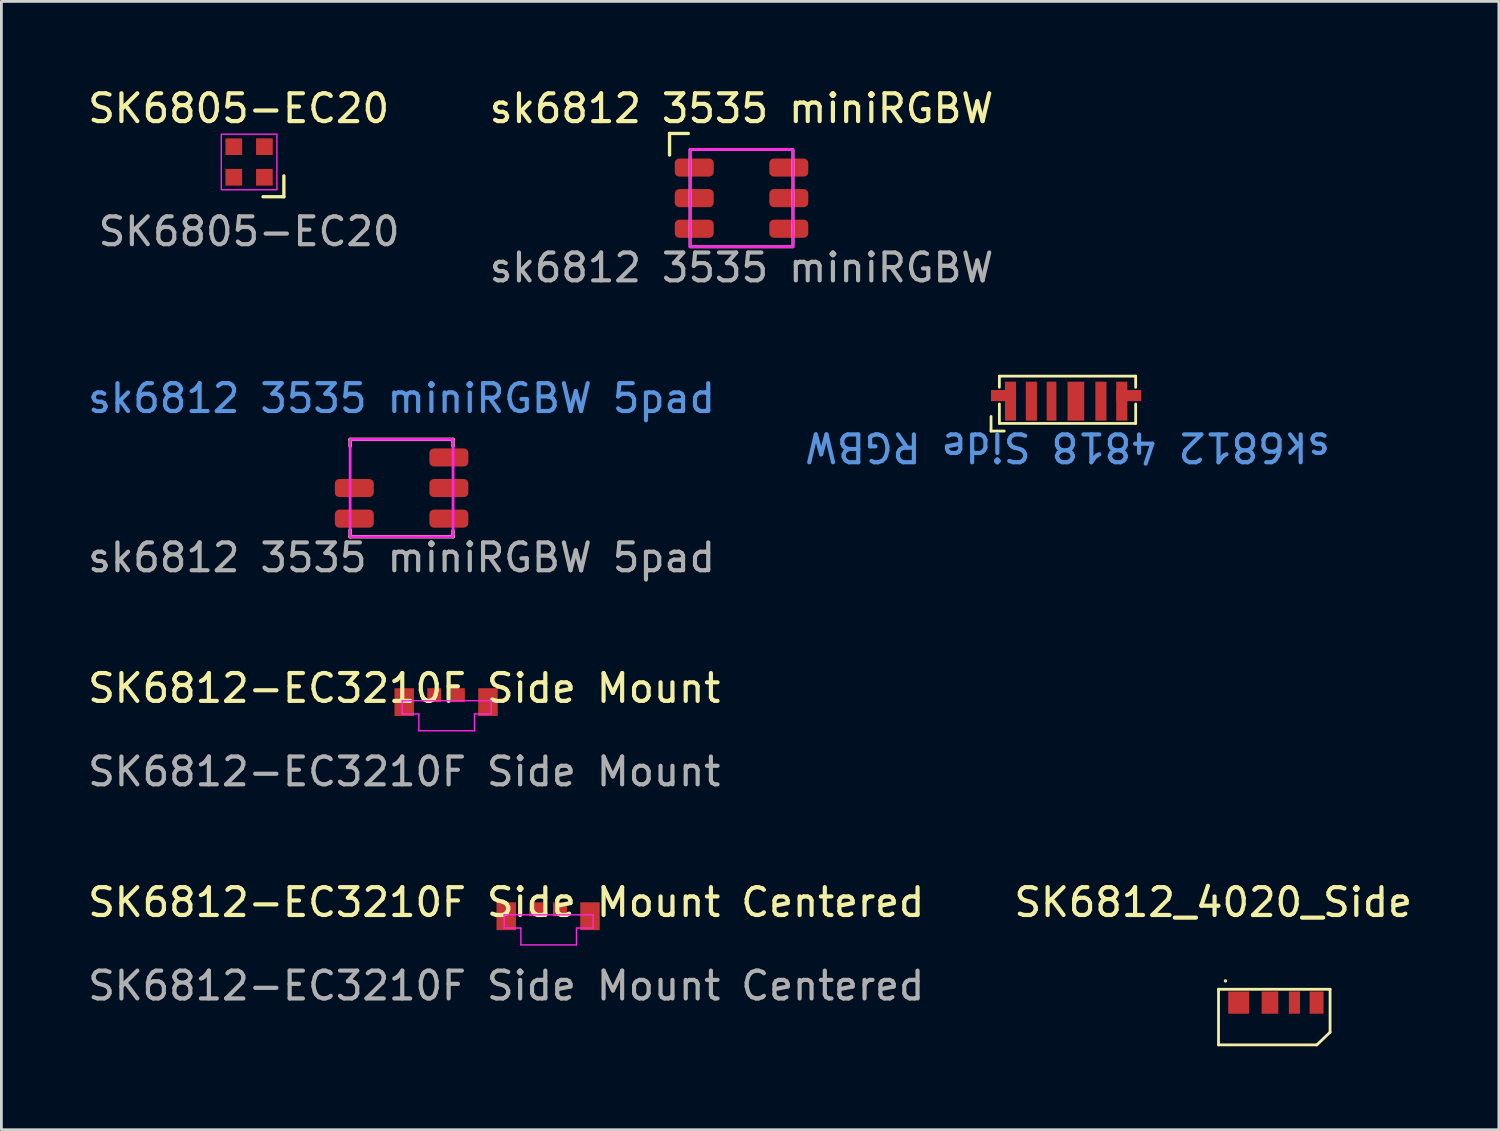
<source format=kicad_pcb>
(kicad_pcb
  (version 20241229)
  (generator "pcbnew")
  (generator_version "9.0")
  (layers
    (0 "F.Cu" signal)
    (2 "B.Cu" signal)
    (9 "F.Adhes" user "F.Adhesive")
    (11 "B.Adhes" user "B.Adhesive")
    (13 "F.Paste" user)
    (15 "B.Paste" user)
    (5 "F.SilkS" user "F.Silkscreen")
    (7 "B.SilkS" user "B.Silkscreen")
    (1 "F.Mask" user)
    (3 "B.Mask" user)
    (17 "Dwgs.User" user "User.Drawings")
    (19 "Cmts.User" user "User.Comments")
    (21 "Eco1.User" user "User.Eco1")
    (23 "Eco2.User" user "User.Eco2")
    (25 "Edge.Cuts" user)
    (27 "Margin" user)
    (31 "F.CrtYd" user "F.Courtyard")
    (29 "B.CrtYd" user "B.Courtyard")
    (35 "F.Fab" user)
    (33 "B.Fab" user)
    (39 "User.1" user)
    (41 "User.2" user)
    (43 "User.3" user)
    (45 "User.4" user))
  (footprint "sk6812 4818 Side RGBW"
    (layer "F.Cu")
    (at 35.327 12.072)
    (property "Reference" "sk6812 4818 Side RGBW" (at 0 0.95 180) (unlocked yes) (layer "Cmts.User") (effects (font (size 1 1) (thickness 0.15))))
    (attr smd)
    (fp_line (start -2.75 -0.15) (end -2.75 0.375) (stroke (width 0.1) (type solid)) (layer "F.SilkS"))
    (fp_line (start -2.75 0.375) (end -2.275 0.375) (stroke (width 0.1) (type solid)) (layer "F.SilkS"))
    (fp_line (start -2.45 -1.6) (end -2.45 -1.2) (stroke (width 0.1) (type solid)) (layer "F.SilkS"))
    (fp_line (start -2.45 -1.6) (end 2.45 -1.6) (stroke (width 0.1) (type solid)) (layer "F.SilkS"))
    (fp_line (start -2.45 0.1) (end -2.45 -0.6) (stroke (width 0.1) (type solid)) (layer "F.SilkS"))
    (fp_line (start 2.45 -1.6) (end 2.45 -1.2) (stroke (width 0.1) (type solid)) (layer "F.SilkS"))
    (fp_line (start 2.45 -0.6) (end 2.45 0.1) (stroke (width 0.1) (type solid)) (layer "F.SilkS"))
    (fp_line (start 2.45 0.1) (end -2.45 0.1) (stroke (width 0.1) (type solid)) (layer "F.SilkS"))
    (fp_line (start -0.5 0.95) (end 0 0.35) (stroke (width 0.12) (type solid)) (layer "User.1"))
    (fp_line (start 0.5 0.95) (end 0 0.35) (stroke (width 0.12) (type solid)) (layer "User.1"))
    (pad "1" smd rect (at -2.3 -0.9) (size 0.9 0.4) (layers "F.Cu" "F.Mask" "F.Paste"))
    (pad "1" smd rect (at -2.05 -0.7) (size 0.4 1.4) (layers "F.Cu" "F.Mask" "F.Paste"))
    (pad "2" smd rect (at -1.3 -0.7) (size 0.4 1.4) (layers "F.Cu" "F.Mask" "F.Paste"))
    (pad "3" smd rect (at -0.575 -0.7) (size 0.35 1.4) (layers "F.Cu" "F.Mask" "F.Paste"))
    (pad "4" smd rect (at 0.3 -0.7) (size 0.6 1.4) (layers "F.Cu" "F.Mask" "F.Paste"))
    (pad "5" smd rect (at 1.2 -0.7) (size 0.4 1.4) (layers "F.Cu" "F.Mask" "F.Paste"))
    (pad "6" smd rect (at 1.95 -0.7) (size 0.4 1.4) (layers "F.Cu" "F.Mask" "F.Paste"))
    (pad "6" smd rect (at 2.2 -0.9) (size 0.9 0.4) (layers "F.Cu" "F.Mask" "F.Paste")))
  (footprint "sk6812 3535 miniRGBW"
    (layer "F.Cu")
    (at 23.607 4.073)
    (property "Reference" "sk6812 3535 miniRGBW" (at 0 -3.225 0) (unlocked yes) (layer "F.SilkS") (effects (font (size 1 1) (thickness 0.15))))
    (attr smd)
    (fp_line (start -2.587 -2.325) (end -1.913 -2.325) (stroke (width 0.12) (type solid)) (layer "F.SilkS"))
    (fp_line (start -2.587 -1.55) (end -2.587 -2.325) (stroke (width 0.12) (type solid)) (layer "F.SilkS"))
    (fp_rect (start -1.85 -1.75) (end 1.85 1.75) (stroke (width 0.1) (type solid)) (fill no) (layer "F.SilkS"))
    (fp_rect (start -1.85 -1.75) (end 1.85 1.75) (stroke (width 0.1) (type solid)) (fill no) (layer "F.CrtYd"))
    (fp_text user "${REFERENCE}" (at 0 2.5 0) (unlocked yes) (layer "F.Fab") (effects (font (size 1 1) (thickness 0.15))))
    (pad "1" smd roundrect (at -1.7 -1.1) (size 1.4 0.65) (layers "F.Cu" "F.Mask" "F.Paste") (roundrect_rratio 0.25))
    (pad "2" smd roundrect (at -1.7 0) (size 1.4 0.65) (layers "F.Cu" "F.Mask" "F.Paste") (roundrect_rratio 0.25))
    (pad "3" smd roundrect (at -1.7 1.1) (size 1.4 0.65) (layers "F.Cu" "F.Mask" "F.Paste") (roundrect_rratio 0.25))
    (pad "4" smd roundrect (at 1.7 1.1) (size 1.4 0.65) (layers "F.Cu" "F.Mask" "F.Paste") (roundrect_rratio 0.25))
    (pad "5" smd roundrect (at 1.7 0) (size 1.4 0.65) (layers "F.Cu" "F.Mask" "F.Paste") (roundrect_rratio 0.25))
    (pad "6" smd roundrect (at 1.7 -1.1) (size 1.4 0.65) (layers "F.Cu" "F.Mask" "F.Paste") (roundrect_rratio 0.25)))
  (footprint "SK6812_4020_Side"
    (layer "F.Cu")
    (at 42.915 31.813)
    (property "Reference" "SK6812_4020_Side" (at -2.35 -2.425 0) (layer "F.SilkS") (effects (font (size 1 1) (thickness 0.15))))
    (attr through_hole)
    (fp_line (start -2.16 0.7) (end 1.85 0.7) (stroke (width 0.1) (type solid)) (layer "F.SilkS"))
    (fp_line (start -2.16 2.7) (end -2.16 0.7) (stroke (width 0.1) (type solid)) (layer "F.SilkS"))
    (fp_line (start -2.16 2.7) (end 1.375 2.7) (stroke (width 0.1) (type solid)) (layer "F.SilkS"))
    (fp_line (start 1.375 2.7) (end 1.85 2.245) (stroke (width 0.1) (type solid)) (layer "F.SilkS"))
    (fp_line (start 1.85 2.245) (end 1.85 0.7) (stroke (width 0.1) (type solid)) (layer "F.SilkS"))
    (fp_circle (center -1.91 0.4) (end -1.875 0.4) (stroke (width 0.05) (type solid)) (fill no) (layer "F.SilkS"))
    (pad "1" smd rect (at -1.435 1.18) (size 0.75 0.8) (layers "F.Cu" "F.Mask" "F.Paste"))
    (pad "2" smd rect (at -0.31 1.18) (size 0.6 0.8) (layers "F.Cu" "F.Mask" "F.Paste"))
    (pad "3" smd rect (at 0.57 1.18) (size 0.4 0.8) (layers "F.Cu" "F.Mask" "F.Paste"))
    (pad "4" smd rect (at 1.365 1.18) (size 0.5 0.8) (layers "F.Cu" "F.Mask" "F.Paste")))
  (footprint "SK6812-EC3210F Side Mount Centered"
    (layer "F.Cu")
    (at 16.649 29.888)
    (property "Reference" "SK6812-EC3210F Side Mount Centered" (at -1.5 -0.5 0) (unlocked yes) (layer "F.SilkS") (effects (font (size 1 1) (thickness 0.15))))
    (attr smd)
    (fp_line (start -1.575 -0.05) (end 1.625 -0.05) (stroke (width 0.05) (type solid)) (layer "F.CrtYd"))
    (fp_line (start -1.575 0.425) (end -1.575 -0.05) (stroke (width 0.05) (type solid)) (layer "F.CrtYd"))
    (fp_line (start -0.975 0.425) (end -1.575 0.425) (stroke (width 0.05) (type solid)) (layer "F.CrtYd"))
    (fp_line (start -0.975 1.03) (end -0.975 0.425) (stroke (width 0.05) (type solid)) (layer "F.CrtYd"))
    (fp_line (start -0.975 1.03) (end 1.025 1.03) (stroke (width 0.05) (type solid)) (layer "F.CrtYd"))
    (fp_line (start 1.025 0.425) (end 1.625 0.425) (stroke (width 0.05) (type solid)) (layer "F.CrtYd"))
    (fp_line (start 1.025 1.03) (end 1.025 0.425) (stroke (width 0.05) (type solid)) (layer "F.CrtYd"))
    (fp_line (start 1.625 0.425) (end 1.625 -0.05) (stroke (width 0.05) (type solid)) (layer "F.CrtYd"))
    (fp_text user "${REFERENCE}" (at -1.5 2.5 0) (unlocked yes) (layer "F.Fab") (effects (font (size 1 1) (thickness 0.15))))
    (pad "1" smd rect (at -0.42 -0.25) (size 0.5 0.5) (layers "F.Cu" "F.Mask" "F.Paste"))
    (pad "2" smd rect (at -1.5 0) (size 0.7 1) (layers "F.Cu" "F.Mask" "F.Paste"))
    (pad "3" smd rect (at 1.51 0) (size 0.7 1) (layers "F.Cu" "F.Mask" "F.Paste"))
    (pad "4" smd rect (at 0.43 -0.25) (size 0.5 0.5) (layers "F.Cu" "F.Mask" "F.Paste")))
  (footprint "SK6812-EC3210F Side Mount"
    (layer "F.Cu")
    (at 11.482 22.191)
    (property "Reference" "SK6812-EC3210F Side Mount" (at 0 -0.5 0) (unlocked yes) (layer "F.SilkS") (effects (font (size 1 1) (thickness 0.15))))
    (attr smd)
    (fp_line (start -0.075 -0.05) (end 3.125 -0.05) (stroke (width 0.05) (type solid)) (layer "F.CrtYd"))
    (fp_line (start -0.075 0.425) (end -0.075 -0.05) (stroke (width 0.05) (type solid)) (layer "F.CrtYd"))
    (fp_line (start 0.525 0.425) (end -0.075 0.425) (stroke (width 0.05) (type solid)) (layer "F.CrtYd"))
    (fp_line (start 0.525 1.03) (end 0.525 0.425) (stroke (width 0.05) (type solid)) (layer "F.CrtYd"))
    (fp_line (start 0.525 1.03) (end 2.525 1.03) (stroke (width 0.05) (type solid)) (layer "F.CrtYd"))
    (fp_line (start 2.525 0.425) (end 3.125 0.425) (stroke (width 0.05) (type solid)) (layer "F.CrtYd"))
    (fp_line (start 2.525 1.03) (end 2.525 0.425) (stroke (width 0.05) (type solid)) (layer "F.CrtYd"))
    (fp_line (start 3.125 0.425) (end 3.125 -0.05) (stroke (width 0.05) (type solid)) (layer "F.CrtYd"))
    (fp_text user "${REFERENCE}" (at 0 2.5 0) (unlocked yes) (layer "F.Fab") (effects (font (size 1 1) (thickness 0.15))))
    (pad "1" smd rect (at 1.08 -0.25) (size 0.5 0.5) (layers "F.Cu" "F.Mask" "F.Paste"))
    (pad "2" smd rect (at 0 0) (size 0.7 1) (layers "F.Cu" "F.Mask" "F.Paste"))
    (pad "3" smd rect (at 3.01 0) (size 0.7 1) (layers "F.Cu" "F.Mask" "F.Paste"))
    (pad "4" smd rect (at 1.93 -0.25) (size 0.5 0.5) (layers "F.Cu" "F.Mask" "F.Paste")))
  (footprint "sk6812 3535 miniRGBW 5pad"
    (layer "F.Cu")
    (at 11.387 14.495)
    (property "Reference" "sk6812 3535 miniRGBW 5pad" (at 0 -3.225 0) (unlocked yes) (layer "Cmts.User") (effects (font (size 1 1) (thickness 0.15))))
    (attr smd)
    (fp_line (start -1.85 -1.75) (end -1.85 -1.5) (stroke (width 0.12) (type solid)) (layer "F.SilkS"))
    (fp_line (start -1.85 1.75) (end -1.85 1.5) (stroke (width 0.12) (type solid)) (layer "F.SilkS"))
    (fp_line (start 1.85 -1.75) (end -1.85 -1.75) (stroke (width 0.12) (type solid)) (layer "F.SilkS"))
    (fp_line (start 1.85 -1.75) (end 1.85 -1.5) (stroke (width 0.12) (type solid)) (layer "F.SilkS"))
    (fp_line (start 1.85 1.75) (end -1.85 1.75) (stroke (width 0.12) (type solid)) (layer "F.SilkS"))
    (fp_line (start 1.85 1.75) (end 1.85 1.525) (stroke (width 0.12) (type solid)) (layer "F.SilkS"))
    (fp_rect (start -1.85 -1.75) (end 1.85 1.75) (stroke (width 0.1) (type solid)) (fill no) (layer "F.CrtYd"))
    (fp_text user "${REFERENCE}" (at 0 2.5 0) (unlocked yes) (layer "F.Fab") (effects (font (size 1 1) (thickness 0.15))))
    (pad "2" smd roundrect (at -1.7 0) (size 1.4 0.65) (layers "F.Cu" "F.Mask" "F.Paste") (roundrect_rratio 0.25))
    (pad "3" smd roundrect (at -1.7 1.1) (size 1.4 0.65) (layers "F.Cu" "F.Mask" "F.Paste") (roundrect_rratio 0.25))
    (pad "4" smd roundrect (at 1.7 1.1) (size 1.4 0.65) (layers "F.Cu" "F.Mask" "F.Paste") (roundrect_rratio 0.25))
    (pad "5" smd roundrect (at 1.7 0) (size 1.4 0.65) (layers "F.Cu" "F.Mask" "F.Paste") (roundrect_rratio 0.25))
    (pad "6" smd roundrect (at 1.7 -1.1) (size 1.4 0.65) (layers "F.Cu" "F.Mask" "F.Paste") (roundrect_rratio 0.25)))
  (footprint "SK6805-EC20"
    (layer "F.Cu")
    (at 5.905 2.773)
    (property "Reference" "SK6805-EC20" (at -0.375 -1.925 0) (unlocked yes) (layer "F.SilkS") (effects (font (size 1 1) (thickness 0.15))))
    (attr smd)
    (fp_line (start 1.25 0.5) (end 1.25 1.25) (stroke (width 0.12) (type solid)) (layer "F.SilkS"))
    (fp_line (start 1.25 1.25) (end 0.5 1.25) (stroke (width 0.12) (type solid)) (layer "F.SilkS"))
    (fp_rect (start -1 -1) (end 1 1) (stroke (width 0.05) (type solid)) (fill no) (layer "F.CrtYd"))
    (fp_text user "${REFERENCE}" (at 0 2.5 0) (unlocked yes) (layer "F.Fab") (effects (font (size 1 1) (thickness 0.15))))
    (pad "1" smd rect (at 0.55 0.55) (size 0.6 0.6) (layers "F.Cu" "F.Mask" "F.Paste"))
    (pad "2" smd rect (at 0.55 -0.55) (size 0.6 0.6) (layers "F.Cu" "F.Mask" "F.Paste"))
    (pad "3" smd rect (at -0.55 -0.55) (size 0.6 0.6) (layers "F.Cu" "F.Mask" "F.Paste"))
    (pad "4" smd rect (at -0.55 0.55) (size 0.6 0.6) (layers "F.Cu" "F.Mask" "F.Paste")))
  (gr_rect
    (start -3 -3)
    (end 50.833 37.563)
    (stroke (width 0.1) (type default))
    (fill no)
    (layer "Edge.Cuts")))
</source>
